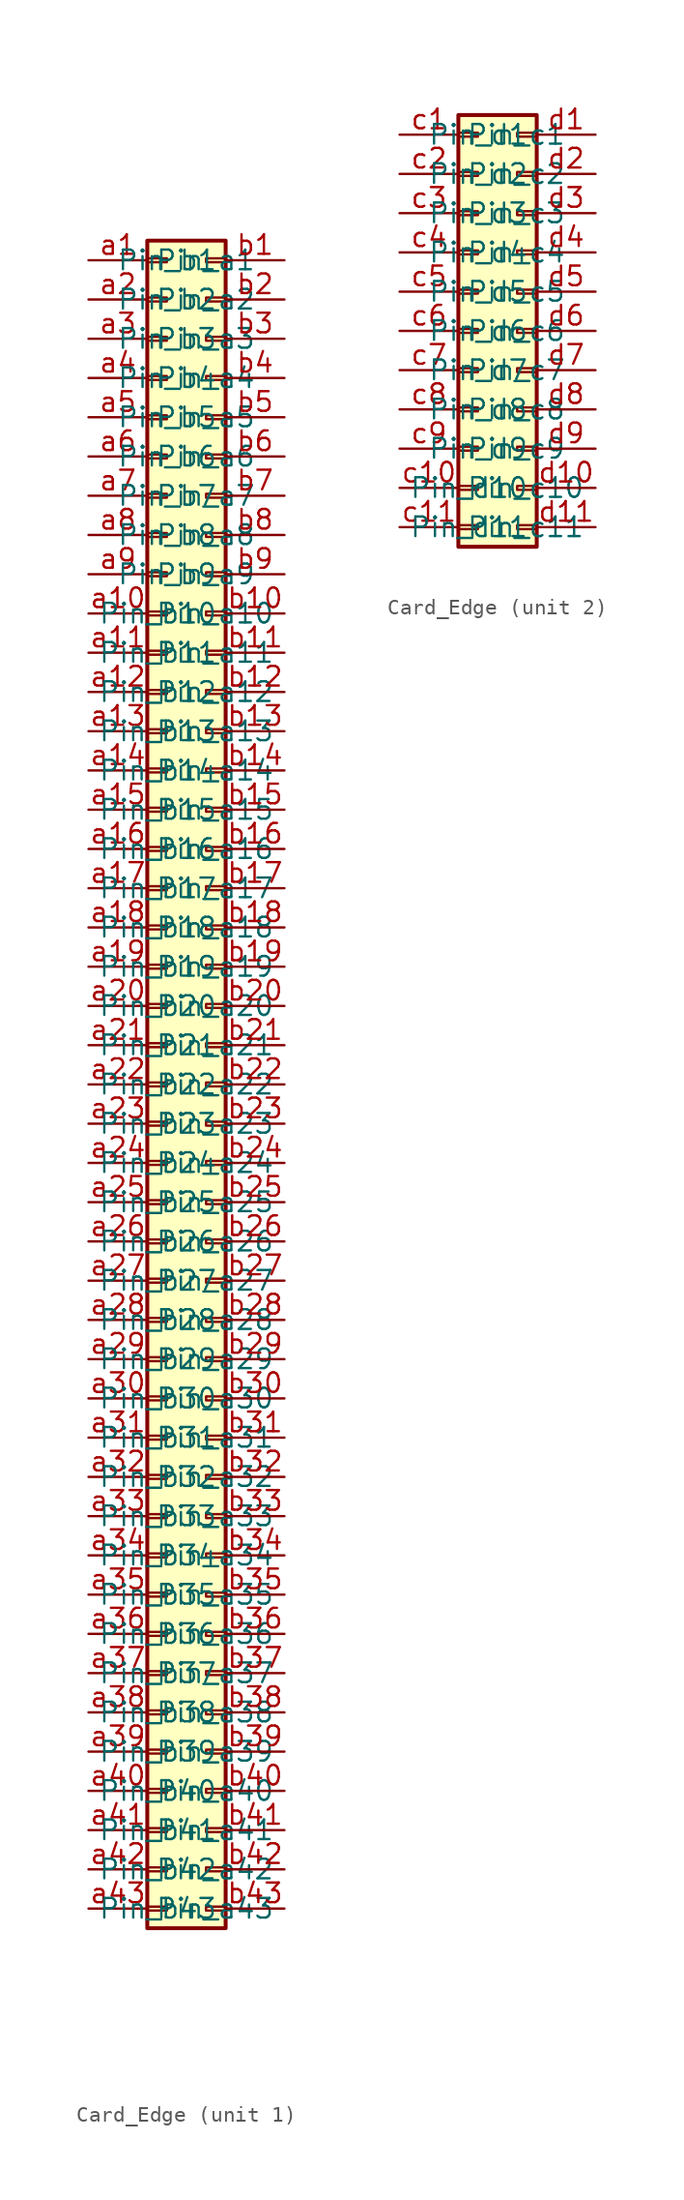
<source format=kicad_sym>
(kicad_symbol_lib
  (version 20241209)
  (generator "kicad_symbol_editor")
  (generator_version "9.0")
  (symbol "Card_Edge"
    (property "Reference" "PL"
      (at 0 0 0)
      (effects (font (size 1.27 1.27)) (hide yes)))
    (property "Value" ""
      (at 0 0 0)
      (effects (font (size 1.27 1.27))))
    (property "ki_locked" ""
      (at 0 0 0)
      (effects (font (size 1.27 1.27))))
    (symbol "Card_Edge_1_1"
      (rectangle (start -2.54 54.61) (end 2.54 -54.61) (stroke (width 0.254) (type default)) (fill (type background)))
      (rectangle (start -2.54 53.467) (end -1.27 53.213) (stroke (width 0.152) (type default)) (fill (type none)))
      (rectangle (start -2.54 50.927) (end -1.27 50.673) (stroke (width 0.152) (type default)) (fill (type none)))
      (rectangle (start -2.54 48.387) (end -1.27 48.133) (stroke (width 0.152) (type default)) (fill (type none)))
      (rectangle (start -2.54 45.847) (end -1.27 45.593) (stroke (width 0.152) (type default)) (fill (type none)))
      (rectangle (start -2.54 43.307) (end -1.27 43.053) (stroke (width 0.152) (type default)) (fill (type none)))
      (rectangle (start -2.54 40.767) (end -1.27 40.513) (stroke (width 0.152) (type default)) (fill (type none)))
      (rectangle (start -2.54 38.227) (end -1.27 37.973) (stroke (width 0.152) (type default)) (fill (type none)))
      (rectangle (start -2.54 35.687) (end -1.27 35.433) (stroke (width 0.152) (type default)) (fill (type none)))
      (rectangle (start -2.54 33.147) (end -1.27 32.893) (stroke (width 0.152) (type default)) (fill (type none)))
      (rectangle (start -2.54 30.607) (end -1.27 30.353) (stroke (width 0.152) (type default)) (fill (type none)))
      (rectangle (start -2.54 28.067) (end -1.27 27.813) (stroke (width 0.152) (type default)) (fill (type none)))
      (rectangle (start -2.54 25.527) (end -1.27 25.273) (stroke (width 0.152) (type default)) (fill (type none)))
      (rectangle (start -2.54 22.987) (end -1.27 22.733) (stroke (width 0.152) (type default)) (fill (type none)))
      (rectangle (start -2.54 20.447) (end -1.27 20.193) (stroke (width 0.152) (type default)) (fill (type none)))
      (rectangle (start -2.54 17.907) (end -1.27 17.653) (stroke (width 0.152) (type default)) (fill (type none)))
      (rectangle (start -2.54 15.367) (end -1.27 15.113) (stroke (width 0.152) (type default)) (fill (type none)))
      (rectangle (start -2.54 12.827) (end -1.27 12.573) (stroke (width 0.152) (type default)) (fill (type none)))
      (rectangle (start -2.54 10.287) (end -1.27 10.033) (stroke (width 0.152) (type default)) (fill (type none)))
      (rectangle (start -2.54 7.747) (end -1.27 7.493) (stroke (width 0.152) (type default)) (fill (type none)))
      (rectangle (start -2.54 5.207) (end -1.27 4.953) (stroke (width 0.152) (type default)) (fill (type none)))
      (rectangle (start -2.54 2.667) (end -1.27 2.413) (stroke (width 0.152) (type default)) (fill (type none)))
      (rectangle (start -2.54 0.127) (end -1.27 -0.127) (stroke (width 0.152) (type default)) (fill (type none)))
      (rectangle (start -2.54 -2.413) (end -1.27 -2.667) (stroke (width 0.152) (type default)) (fill (type none)))
      (rectangle (start -2.54 -4.953) (end -1.27 -5.207) (stroke (width 0.152) (type default)) (fill (type none)))
      (rectangle (start -2.54 -7.493) (end -1.27 -7.747) (stroke (width 0.152) (type default)) (fill (type none)))
      (rectangle (start -2.54 -10.033) (end -1.27 -10.287) (stroke (width 0.152) (type default)) (fill (type none)))
      (rectangle (start -2.54 -12.573) (end -1.27 -12.827) (stroke (width 0.152) (type default)) (fill (type none)))
      (rectangle (start -2.54 -15.113) (end -1.27 -15.367) (stroke (width 0.152) (type default)) (fill (type none)))
      (rectangle (start -2.54 -17.653) (end -1.27 -17.907) (stroke (width 0.152) (type default)) (fill (type none)))
      (rectangle (start -2.54 -20.193) (end -1.27 -20.447) (stroke (width 0.152) (type default)) (fill (type none)))
      (rectangle (start -2.54 -22.733) (end -1.27 -22.987) (stroke (width 0.152) (type default)) (fill (type none)))
      (rectangle (start -2.54 -25.273) (end -1.27 -25.527) (stroke (width 0.152) (type default)) (fill (type none)))
      (rectangle (start -2.54 -27.813) (end -1.27 -28.067) (stroke (width 0.152) (type default)) (fill (type none)))
      (rectangle (start -2.54 -30.353) (end -1.27 -30.607) (stroke (width 0.152) (type default)) (fill (type none)))
      (rectangle (start -2.54 -32.893) (end -1.27 -33.147) (stroke (width 0.152) (type default)) (fill (type none)))
      (rectangle (start -2.54 -35.433) (end -1.27 -35.687) (stroke (width 0.152) (type default)) (fill (type none)))
      (rectangle (start -2.54 -37.973) (end -1.27 -38.227) (stroke (width 0.152) (type default)) (fill (type none)))
      (rectangle (start -2.54 -40.513) (end -1.27 -40.767) (stroke (width 0.152) (type default)) (fill (type none)))
      (rectangle (start -2.54 -43.053) (end -1.27 -43.307) (stroke (width 0.152) (type default)) (fill (type none)))
      (rectangle (start -2.54 -45.593) (end -1.27 -45.847) (stroke (width 0.152) (type default)) (fill (type none)))
      (rectangle (start -2.54 -48.133) (end -1.27 -48.387) (stroke (width 0.152) (type default)) (fill (type none)))
      (rectangle (start -2.54 -50.673) (end -1.27 -50.927) (stroke (width 0.152) (type default)) (fill (type none)))
      (rectangle (start -2.54 -53.213) (end -1.27 -53.467) (stroke (width 0.152) (type default)) (fill (type none)))
      (rectangle (start 2.54 53.467) (end 1.27 53.213) (stroke (width 0.152) (type default)) (fill (type none)))
      (rectangle (start 2.54 50.927) (end 1.27 50.673) (stroke (width 0.152) (type default)) (fill (type none)))
      (rectangle (start 2.54 48.387) (end 1.27 48.133) (stroke (width 0.152) (type default)) (fill (type none)))
      (rectangle (start 2.54 45.847) (end 1.27 45.593) (stroke (width 0.152) (type default)) (fill (type none)))
      (rectangle (start 2.54 43.307) (end 1.27 43.053) (stroke (width 0.152) (type default)) (fill (type none)))
      (rectangle (start 2.54 40.767) (end 1.27 40.513) (stroke (width 0.152) (type default)) (fill (type none)))
      (rectangle (start 2.54 38.227) (end 1.27 37.973) (stroke (width 0.152) (type default)) (fill (type none)))
      (rectangle (start 2.54 35.687) (end 1.27 35.433) (stroke (width 0.152) (type default)) (fill (type none)))
      (rectangle (start 2.54 33.147) (end 1.27 32.893) (stroke (width 0.152) (type default)) (fill (type none)))
      (rectangle (start 2.54 30.607) (end 1.27 30.353) (stroke (width 0.152) (type default)) (fill (type none)))
      (rectangle (start 2.54 28.067) (end 1.27 27.813) (stroke (width 0.152) (type default)) (fill (type none)))
      (rectangle (start 2.54 25.527) (end 1.27 25.273) (stroke (width 0.152) (type default)) (fill (type none)))
      (rectangle (start 2.54 22.987) (end 1.27 22.733) (stroke (width 0.152) (type default)) (fill (type none)))
      (rectangle (start 2.54 20.447) (end 1.27 20.193) (stroke (width 0.152) (type default)) (fill (type none)))
      (rectangle (start 2.54 17.907) (end 1.27 17.653) (stroke (width 0.152) (type default)) (fill (type none)))
      (rectangle (start 2.54 15.367) (end 1.27 15.113) (stroke (width 0.152) (type default)) (fill (type none)))
      (rectangle (start 2.54 12.827) (end 1.27 12.573) (stroke (width 0.152) (type default)) (fill (type none)))
      (rectangle (start 2.54 10.287) (end 1.27 10.033) (stroke (width 0.152) (type default)) (fill (type none)))
      (rectangle (start 2.54 7.747) (end 1.27 7.493) (stroke (width 0.152) (type default)) (fill (type none)))
      (rectangle (start 2.54 5.207) (end 1.27 4.953) (stroke (width 0.152) (type default)) (fill (type none)))
      (rectangle (start 2.54 2.667) (end 1.27 2.413) (stroke (width 0.152) (type default)) (fill (type none)))
      (rectangle (start 2.54 0.127) (end 1.27 -0.127) (stroke (width 0.152) (type default)) (fill (type none)))
      (rectangle (start 2.54 -2.413) (end 1.27 -2.667) (stroke (width 0.152) (type default)) (fill (type none)))
      (rectangle (start 2.54 -4.953) (end 1.27 -5.207) (stroke (width 0.152) (type default)) (fill (type none)))
      (rectangle (start 2.54 -7.493) (end 1.27 -7.747) (stroke (width 0.152) (type default)) (fill (type none)))
      (rectangle (start 2.54 -10.033) (end 1.27 -10.287) (stroke (width 0.152) (type default)) (fill (type none)))
      (rectangle (start 2.54 -12.573) (end 1.27 -12.827) (stroke (width 0.152) (type default)) (fill (type none)))
      (rectangle (start 2.54 -15.113) (end 1.27 -15.367) (stroke (width 0.152) (type default)) (fill (type none)))
      (rectangle (start 2.54 -17.653) (end 1.27 -17.907) (stroke (width 0.152) (type default)) (fill (type none)))
      (rectangle (start 2.54 -20.193) (end 1.27 -20.447) (stroke (width 0.152) (type default)) (fill (type none)))
      (rectangle (start 2.54 -22.733) (end 1.27 -22.987) (stroke (width 0.152) (type default)) (fill (type none)))
      (rectangle (start 2.54 -25.273) (end 1.27 -25.527) (stroke (width 0.152) (type default)) (fill (type none)))
      (rectangle (start 2.54 -27.813) (end 1.27 -28.067) (stroke (width 0.152) (type default)) (fill (type none)))
      (rectangle (start 2.54 -30.353) (end 1.27 -30.607) (stroke (width 0.152) (type default)) (fill (type none)))
      (rectangle (start 2.54 -32.893) (end 1.27 -33.147) (stroke (width 0.152) (type default)) (fill (type none)))
      (rectangle (start 2.54 -35.433) (end 1.27 -35.687) (stroke (width 0.152) (type default)) (fill (type none)))
      (rectangle (start 2.54 -37.973) (end 1.27 -38.227) (stroke (width 0.152) (type default)) (fill (type none)))
      (rectangle (start 2.54 -40.513) (end 1.27 -40.767) (stroke (width 0.152) (type default)) (fill (type none)))
      (rectangle (start 2.54 -43.053) (end 1.27 -43.307) (stroke (width 0.152) (type default)) (fill (type none)))
      (rectangle (start 2.54 -45.593) (end 1.27 -45.847) (stroke (width 0.152) (type default)) (fill (type none)))
      (rectangle (start 2.54 -48.133) (end 1.27 -48.387) (stroke (width 0.152) (type default)) (fill (type none)))
      (rectangle (start 2.54 -50.673) (end 1.27 -50.927) (stroke (width 0.152) (type default)) (fill (type none)))
      (rectangle (start 2.54 -53.213) (end 1.27 -53.467) (stroke (width 0.152) (type default)) (fill (type none)))
      (pin passive line (at -6.35 53.34 0) (length 3.81) (name "Pin_a1" (effects (font (size 1.27 1.27)))) (number "a1" (effects (font (size 1.27 1.27)))))
      (pin passive line (at -6.35 50.8 0) (length 3.81) (name "Pin_a2" (effects (font (size 1.27 1.27)))) (number "a2" (effects (font (size 1.27 1.27)))))
      (pin passive line (at -6.35 48.26 0) (length 3.81) (name "Pin_a3" (effects (font (size 1.27 1.27)))) (number "a3" (effects (font (size 1.27 1.27)))))
      (pin passive line (at -6.35 45.72 0) (length 3.81) (name "Pin_a4" (effects (font (size 1.27 1.27)))) (number "a4" (effects (font (size 1.27 1.27)))))
      (pin passive line (at -6.35 43.18 0) (length 3.81) (name "Pin_a5" (effects (font (size 1.27 1.27)))) (number "a5" (effects (font (size 1.27 1.27)))))
      (pin passive line (at -6.35 40.64 0) (length 3.81) (name "Pin_a6" (effects (font (size 1.27 1.27)))) (number "a6" (effects (font (size 1.27 1.27)))))
      (pin passive line (at -6.35 38.1 0) (length 3.81) (name "Pin_a7" (effects (font (size 1.27 1.27)))) (number "a7" (effects (font (size 1.27 1.27)))))
      (pin passive line (at -6.35 35.56 0) (length 3.81) (name "Pin_a8" (effects (font (size 1.27 1.27)))) (number "a8" (effects (font (size 1.27 1.27)))))
      (pin passive line (at -6.35 33.02 0) (length 3.81) (name "Pin_a9" (effects (font (size 1.27 1.27)))) (number "a9" (effects (font (size 1.27 1.27)))))
      (pin passive line (at -6.35 30.48 0) (length 3.81) (name "Pin_a10" (effects (font (size 1.27 1.27)))) (number "a10" (effects (font (size 1.27 1.27)))))
      (pin passive line (at -6.35 27.94 0) (length 3.81) (name "Pin_a11" (effects (font (size 1.27 1.27)))) (number "a11" (effects (font (size 1.27 1.27)))))
      (pin passive line (at -6.35 25.4 0) (length 3.81) (name "Pin_a12" (effects (font (size 1.27 1.27)))) (number "a12" (effects (font (size 1.27 1.27)))))
      (pin passive line (at -6.35 22.86 0) (length 3.81) (name "Pin_a13" (effects (font (size 1.27 1.27)))) (number "a13" (effects (font (size 1.27 1.27)))))
      (pin passive line (at -6.35 20.32 0) (length 3.81) (name "Pin_a14" (effects (font (size 1.27 1.27)))) (number "a14" (effects (font (size 1.27 1.27)))))
      (pin passive line (at -6.35 17.78 0) (length 3.81) (name "Pin_a15" (effects (font (size 1.27 1.27)))) (number "a15" (effects (font (size 1.27 1.27)))))
      (pin passive line (at -6.35 15.24 0) (length 3.81) (name "Pin_a16" (effects (font (size 1.27 1.27)))) (number "a16" (effects (font (size 1.27 1.27)))))
      (pin passive line (at -6.35 12.7 0) (length 3.81) (name "Pin_a17" (effects (font (size 1.27 1.27)))) (number "a17" (effects (font (size 1.27 1.27)))))
      (pin passive line (at -6.35 10.16 0) (length 3.81) (name "Pin_a18" (effects (font (size 1.27 1.27)))) (number "a18" (effects (font (size 1.27 1.27)))))
      (pin passive line (at -6.35 7.62 0) (length 3.81) (name "Pin_a19" (effects (font (size 1.27 1.27)))) (number "a19" (effects (font (size 1.27 1.27)))))
      (pin passive line (at -6.35 5.08 0) (length 3.81) (name "Pin_a20" (effects (font (size 1.27 1.27)))) (number "a20" (effects (font (size 1.27 1.27)))))
      (pin passive line (at -6.35 2.54 0) (length 3.81) (name "Pin_a21" (effects (font (size 1.27 1.27)))) (number "a21" (effects (font (size 1.27 1.27)))))
      (pin passive line (at -6.35 0 0) (length 3.81) (name "Pin_a22" (effects (font (size 1.27 1.27)))) (number "a22" (effects (font (size 1.27 1.27)))))
      (pin passive line (at -6.35 -2.54 0) (length 3.81) (name "Pin_a23" (effects (font (size 1.27 1.27)))) (number "a23" (effects (font (size 1.27 1.27)))))
      (pin passive line (at -6.35 -5.08 0) (length 3.81) (name "Pin_a24" (effects (font (size 1.27 1.27)))) (number "a24" (effects (font (size 1.27 1.27)))))
      (pin passive line (at -6.35 -7.62 0) (length 3.81) (name "Pin_a25" (effects (font (size 1.27 1.27)))) (number "a25" (effects (font (size 1.27 1.27)))))
      (pin passive line (at -6.35 -10.16 0) (length 3.81) (name "Pin_a26" (effects (font (size 1.27 1.27)))) (number "a26" (effects (font (size 1.27 1.27)))))
      (pin passive line (at -6.35 -12.7 0) (length 3.81) (name "Pin_a27" (effects (font (size 1.27 1.27)))) (number "a27" (effects (font (size 1.27 1.27)))))
      (pin passive line (at -6.35 -15.24 0) (length 3.81) (name "Pin_a28" (effects (font (size 1.27 1.27)))) (number "a28" (effects (font (size 1.27 1.27)))))
      (pin passive line (at -6.35 -17.78 0) (length 3.81) (name "Pin_a29" (effects (font (size 1.27 1.27)))) (number "a29" (effects (font (size 1.27 1.27)))))
      (pin passive line (at -6.35 -20.32 0) (length 3.81) (name "Pin_a30" (effects (font (size 1.27 1.27)))) (number "a30" (effects (font (size 1.27 1.27)))))
      (pin passive line (at -6.35 -22.86 0) (length 3.81) (name "Pin_a31" (effects (font (size 1.27 1.27)))) (number "a31" (effects (font (size 1.27 1.27)))))
      (pin passive line (at -6.35 -25.4 0) (length 3.81) (name "Pin_a32" (effects (font (size 1.27 1.27)))) (number "a32" (effects (font (size 1.27 1.27)))))
      (pin passive line (at -6.35 -27.94 0) (length 3.81) (name "Pin_a33" (effects (font (size 1.27 1.27)))) (number "a33" (effects (font (size 1.27 1.27)))))
      (pin passive line (at -6.35 -30.48 0) (length 3.81) (name "Pin_a34" (effects (font (size 1.27 1.27)))) (number "a34" (effects (font (size 1.27 1.27)))))
      (pin passive line (at -6.35 -33.02 0) (length 3.81) (name "Pin_a35" (effects (font (size 1.27 1.27)))) (number "a35" (effects (font (size 1.27 1.27)))))
      (pin passive line (at -6.35 -35.56 0) (length 3.81) (name "Pin_a36" (effects (font (size 1.27 1.27)))) (number "a36" (effects (font (size 1.27 1.27)))))
      (pin passive line (at -6.35 -38.1 0) (length 3.81) (name "Pin_a37" (effects (font (size 1.27 1.27)))) (number "a37" (effects (font (size 1.27 1.27)))))
      (pin passive line (at -6.35 -40.64 0) (length 3.81) (name "Pin_a38" (effects (font (size 1.27 1.27)))) (number "a38" (effects (font (size 1.27 1.27)))))
      (pin passive line (at -6.35 -43.18 0) (length 3.81) (name "Pin_a39" (effects (font (size 1.27 1.27)))) (number "a39" (effects (font (size 1.27 1.27)))))
      (pin passive line (at -6.35 -45.72 0) (length 3.81) (name "Pin_a40" (effects (font (size 1.27 1.27)))) (number "a40" (effects (font (size 1.27 1.27)))))
      (pin passive line (at -6.35 -48.26 0) (length 3.81) (name "Pin_a41" (effects (font (size 1.27 1.27)))) (number "a41" (effects (font (size 1.27 1.27)))))
      (pin passive line (at -6.35 -50.8 0) (length 3.81) (name "Pin_a42" (effects (font (size 1.27 1.27)))) (number "a42" (effects (font (size 1.27 1.27)))))
      (pin passive line (at -6.35 -53.34 0) (length 3.81) (name "Pin_a43" (effects (font (size 1.27 1.27)))) (number "a43" (effects (font (size 1.27 1.27)))))
      (pin power_out line (at 6.35 53.34 180) (length 3.81) (name "Pin_b1" (effects (font (size 1.27 1.27)))) (number "b1" (effects (font (size 1.27 1.27)))))
      (pin passive line (at 6.35 50.8 180) (length 3.81) (name "Pin_b2" (effects (font (size 1.27 1.27)))) (number "b2" (effects (font (size 1.27 1.27)))))
      (pin power_out line (at 6.35 48.26 180) (length 3.81) (name "Pin_b3" (effects (font (size 1.27 1.27)))) (number "b3" (effects (font (size 1.27 1.27)))))
      (pin passive line (at 6.35 45.72 180) (length 3.81) (name "Pin_b4" (effects (font (size 1.27 1.27)))) (number "b4" (effects (font (size 1.27 1.27)))))
      (pin passive line (at 6.35 43.18 180) (length 3.81) (name "Pin_b5" (effects (font (size 1.27 1.27)))) (number "b5" (effects (font (size 1.27 1.27)))))
      (pin passive line (at 6.35 40.64 180) (length 3.81) (name "Pin_b6" (effects (font (size 1.27 1.27)))) (number "b6" (effects (font (size 1.27 1.27)))))
      (pin passive line (at 6.35 38.1 180) (length 3.81) (name "Pin_b7" (effects (font (size 1.27 1.27)))) (number "b7" (effects (font (size 1.27 1.27)))))
      (pin power_out line (at 6.35 35.56 180) (length 3.81) (name "Pin_b8" (effects (font (size 1.27 1.27)))) (number "b8" (effects (font (size 1.27 1.27)))))
      (pin passive line (at 6.35 33.02 180) (length 3.81) (name "Pin_b9" (effects (font (size 1.27 1.27)))) (number "b9" (effects (font (size 1.27 1.27)))))
      (pin passive line (at 6.35 30.48 180) (length 3.81) (name "Pin_b10" (effects (font (size 1.27 1.27)))) (number "b10" (effects (font (size 1.27 1.27)))))
      (pin passive line (at 6.35 27.94 180) (length 3.81) (name "Pin_b11" (effects (font (size 1.27 1.27)))) (number "b11" (effects (font (size 1.27 1.27)))))
      (pin passive line (at 6.35 25.4 180) (length 3.81) (name "Pin_b12" (effects (font (size 1.27 1.27)))) (number "b12" (effects (font (size 1.27 1.27)))))
      (pin passive line (at 6.35 22.86 180) (length 3.81) (name "Pin_b13" (effects (font (size 1.27 1.27)))) (number "b13" (effects (font (size 1.27 1.27)))))
      (pin passive line (at 6.35 20.32 180) (length 3.81) (name "Pin_b14" (effects (font (size 1.27 1.27)))) (number "b14" (effects (font (size 1.27 1.27)))))
      (pin passive line (at 6.35 17.78 180) (length 3.81) (name "Pin_b15" (effects (font (size 1.27 1.27)))) (number "b15" (effects (font (size 1.27 1.27)))))
      (pin power_out line (at 6.35 15.24 180) (length 3.81) (name "Pin_b16" (effects (font (size 1.27 1.27)))) (number "b16" (effects (font (size 1.27 1.27)))))
      (pin passive line (at 6.35 12.7 180) (length 3.81) (name "Pin_b17" (effects (font (size 1.27 1.27)))) (number "b17" (effects (font (size 1.27 1.27)))))
      (pin passive line (at 6.35 10.16 180) (length 3.81) (name "Pin_b18" (effects (font (size 1.27 1.27)))) (number "b18" (effects (font (size 1.27 1.27)))))
      (pin passive line (at 6.35 7.62 180) (length 3.81) (name "Pin_b19" (effects (font (size 1.27 1.27)))) (number "b19" (effects (font (size 1.27 1.27)))))
      (pin passive line (at 6.35 5.08 180) (length 3.81) (name "Pin_b20" (effects (font (size 1.27 1.27)))) (number "b20" (effects (font (size 1.27 1.27)))))
      (pin passive line (at 6.35 2.54 180) (length 3.81) (name "Pin_b21" (effects (font (size 1.27 1.27)))) (number "b21" (effects (font (size 1.27 1.27)))))
      (pin passive line (at 6.35 0 180) (length 3.81) (name "Pin_b22" (effects (font (size 1.27 1.27)))) (number "b22" (effects (font (size 1.27 1.27)))))
      (pin passive line (at 6.35 -2.54 180) (length 3.81) (name "Pin_b23" (effects (font (size 1.27 1.27)))) (number "b23" (effects (font (size 1.27 1.27)))))
      (pin passive line (at 6.35 -5.08 180) (length 3.81) (name "Pin_b24" (effects (font (size 1.27 1.27)))) (number "b24" (effects (font (size 1.27 1.27)))))
      (pin passive line (at 6.35 -7.62 180) (length 3.81) (name "Pin_b25" (effects (font (size 1.27 1.27)))) (number "b25" (effects (font (size 1.27 1.27)))))
      (pin passive line (at 6.35 -10.16 180) (length 3.81) (name "Pin_b26" (effects (font (size 1.27 1.27)))) (number "b26" (effects (font (size 1.27 1.27)))))
      (pin passive line (at 6.35 -12.7 180) (length 3.81) (name "Pin_b27" (effects (font (size 1.27 1.27)))) (number "b27" (effects (font (size 1.27 1.27)))))
      (pin passive line (at 6.35 -15.24 180) (length 3.81) (name "Pin_b28" (effects (font (size 1.27 1.27)))) (number "b28" (effects (font (size 1.27 1.27)))))
      (pin passive line (at 6.35 -17.78 180) (length 3.81) (name "Pin_b29" (effects (font (size 1.27 1.27)))) (number "b29" (effects (font (size 1.27 1.27)))))
      (pin passive line (at 6.35 -20.32 180) (length 3.81) (name "Pin_b30" (effects (font (size 1.27 1.27)))) (number "b30" (effects (font (size 1.27 1.27)))))
      (pin passive line (at 6.35 -22.86 180) (length 3.81) (name "Pin_b31" (effects (font (size 1.27 1.27)))) (number "b31" (effects (font (size 1.27 1.27)))))
      (pin passive line (at 6.35 -25.4 180) (length 3.81) (name "Pin_b32" (effects (font (size 1.27 1.27)))) (number "b32" (effects (font (size 1.27 1.27)))))
      (pin passive line (at 6.35 -27.94 180) (length 3.81) (name "Pin_b33" (effects (font (size 1.27 1.27)))) (number "b33" (effects (font (size 1.27 1.27)))))
      (pin passive line (at 6.35 -30.48 180) (length 3.81) (name "Pin_b34" (effects (font (size 1.27 1.27)))) (number "b34" (effects (font (size 1.27 1.27)))))
      (pin passive line (at 6.35 -33.02 180) (length 3.81) (name "Pin_b35" (effects (font (size 1.27 1.27)))) (number "b35" (effects (font (size 1.27 1.27)))))
      (pin passive line (at 6.35 -35.56 180) (length 3.81) (name "Pin_b36" (effects (font (size 1.27 1.27)))) (number "b36" (effects (font (size 1.27 1.27)))))
      (pin passive line (at 6.35 -38.1 180) (length 3.81) (name "Pin_b37" (effects (font (size 1.27 1.27)))) (number "b37" (effects (font (size 1.27 1.27)))))
      (pin passive line (at 6.35 -40.64 180) (length 3.81) (name "Pin_b38" (effects (font (size 1.27 1.27)))) (number "b38" (effects (font (size 1.27 1.27)))))
      (pin passive line (at 6.35 -43.18 180) (length 3.81) (name "Pin_b39" (effects (font (size 1.27 1.27)))) (number "b39" (effects (font (size 1.27 1.27)))))
      (pin passive line (at 6.35 -45.72 180) (length 3.81) (name "Pin_b40" (effects (font (size 1.27 1.27)))) (number "b40" (effects (font (size 1.27 1.27)))))
      (pin passive line (at 6.35 -48.26 180) (length 3.81) (name "Pin_b41" (effects (font (size 1.27 1.27)))) (number "b41" (effects (font (size 1.27 1.27)))))
      (pin passive line (at 6.35 -50.8 180) (length 3.81) (name "Pin_b42" (effects (font (size 1.27 1.27)))) (number "b42" (effects (font (size 1.27 1.27)))))
      (pin power_out line (at 6.35 -53.34 180) (length 3.81) (name "Pin_b43" (effects (font (size 1.27 1.27)))) (number "b43" (effects (font (size 1.27 1.27))))))
    (symbol "Card_Edge_2_1"
      (rectangle (start -2.54 13.97) (end 2.54 -13.97) (stroke (width 0.254) (type default)) (fill (type background)))
      (rectangle (start -2.54 12.827) (end -1.27 12.573) (stroke (width 0.152) (type default)) (fill (type none)))
      (rectangle (start -2.54 10.287) (end -1.27 10.033) (stroke (width 0.152) (type default)) (fill (type none)))
      (rectangle (start -2.54 7.747) (end -1.27 7.493) (stroke (width 0.152) (type default)) (fill (type none)))
      (rectangle (start -2.54 5.207) (end -1.27 4.953) (stroke (width 0.152) (type default)) (fill (type none)))
      (rectangle (start -2.54 2.667) (end -1.27 2.413) (stroke (width 0.152) (type default)) (fill (type none)))
      (rectangle (start -2.54 0.127) (end -1.27 -0.127) (stroke (width 0.152) (type default)) (fill (type none)))
      (rectangle (start -2.54 -2.413) (end -1.27 -2.667) (stroke (width 0.152) (type default)) (fill (type none)))
      (rectangle (start -2.54 -4.953) (end -1.27 -5.207) (stroke (width 0.152) (type default)) (fill (type none)))
      (rectangle (start -2.54 -7.493) (end -1.27 -7.747) (stroke (width 0.152) (type default)) (fill (type none)))
      (rectangle (start -2.54 -10.033) (end -1.27 -10.287) (stroke (width 0.152) (type default)) (fill (type none)))
      (rectangle (start -2.54 -12.573) (end -1.27 -12.827) (stroke (width 0.152) (type default)) (fill (type none)))
      (rectangle (start 2.54 12.827) (end 1.27 12.573) (stroke (width 0.152) (type default)) (fill (type none)))
      (rectangle (start 2.54 10.287) (end 1.27 10.033) (stroke (width 0.152) (type default)) (fill (type none)))
      (rectangle (start 2.54 7.747) (end 1.27 7.493) (stroke (width 0.152) (type default)) (fill (type none)))
      (rectangle (start 2.54 5.207) (end 1.27 4.953) (stroke (width 0.152) (type default)) (fill (type none)))
      (rectangle (start 2.54 2.667) (end 1.27 2.413) (stroke (width 0.152) (type default)) (fill (type none)))
      (rectangle (start 2.54 0.127) (end 1.27 -0.127) (stroke (width 0.152) (type default)) (fill (type none)))
      (rectangle (start 2.54 -2.413) (end 1.27 -2.667) (stroke (width 0.152) (type default)) (fill (type none)))
      (rectangle (start 2.54 -4.953) (end 1.27 -5.207) (stroke (width 0.152) (type default)) (fill (type none)))
      (rectangle (start 2.54 -7.493) (end 1.27 -7.747) (stroke (width 0.152) (type default)) (fill (type none)))
      (rectangle (start 2.54 -10.033) (end 1.27 -10.287) (stroke (width 0.152) (type default)) (fill (type none)))
      (rectangle (start 2.54 -12.573) (end 1.27 -12.827) (stroke (width 0.152) (type default)) (fill (type none)))
      (pin passive line (at -6.35 12.7 0) (length 3.81) (name "Pin_c1" (effects (font (size 1.27 1.27)))) (number "c1" (effects (font (size 1.27 1.27)))))
      (pin passive line (at -6.35 10.16 0) (length 3.81) (name "Pin_c2" (effects (font (size 1.27 1.27)))) (number "c2" (effects (font (size 1.27 1.27)))))
      (pin passive line (at -6.35 7.62 0) (length 3.81) (name "Pin_c3" (effects (font (size 1.27 1.27)))) (number "c3" (effects (font (size 1.27 1.27)))))
      (pin passive line (at -6.35 5.08 0) (length 3.81) (name "Pin_c4" (effects (font (size 1.27 1.27)))) (number "c4" (effects (font (size 1.27 1.27)))))
      (pin passive line (at -6.35 2.54 0) (length 3.81) (name "Pin_c5" (effects (font (size 1.27 1.27)))) (number "c5" (effects (font (size 1.27 1.27)))))
      (pin passive line (at -6.35 0 0) (length 3.81) (name "Pin_c6" (effects (font (size 1.27 1.27)))) (number "c6" (effects (font (size 1.27 1.27)))))
      (pin passive line (at -6.35 -2.54 0) (length 3.81) (name "Pin_c7" (effects (font (size 1.27 1.27)))) (number "c7" (effects (font (size 1.27 1.27)))))
      (pin passive line (at -6.35 -5.08 0) (length 3.81) (name "Pin_c8" (effects (font (size 1.27 1.27)))) (number "c8" (effects (font (size 1.27 1.27)))))
      (pin passive line (at -6.35 -7.62 0) (length 3.81) (name "Pin_c9" (effects (font (size 1.27 1.27)))) (number "c9" (effects (font (size 1.27 1.27)))))
      (pin passive line (at -6.35 -10.16 0) (length 3.81) (name "Pin_c10" (effects (font (size 1.27 1.27)))) (number "c10" (effects (font (size 1.27 1.27)))))
      (pin passive line (at -6.35 -12.7 0) (length 3.81) (name "Pin_c11" (effects (font (size 1.27 1.27)))) (number "c11" (effects (font (size 1.27 1.27)))))
      (pin passive line (at 6.35 12.7 180) (length 3.81) (name "Pin_d1" (effects (font (size 1.27 1.27)))) (number "d1" (effects (font (size 1.27 1.27)))))
      (pin passive line (at 6.35 10.16 180) (length 3.81) (name "Pin_d2" (effects (font (size 1.27 1.27)))) (number "d2" (effects (font (size 1.27 1.27)))))
      (pin passive line (at 6.35 7.62 180) (length 3.81) (name "Pin_d3" (effects (font (size 1.27 1.27)))) (number "d3" (effects (font (size 1.27 1.27)))))
      (pin passive line (at 6.35 5.08 180) (length 3.81) (name "Pin_d4" (effects (font (size 1.27 1.27)))) (number "d4" (effects (font (size 1.27 1.27)))))
      (pin passive line (at 6.35 2.54 180) (length 3.81) (name "Pin_d5" (effects (font (size 1.27 1.27)))) (number "d5" (effects (font (size 1.27 1.27)))))
      (pin passive line (at 6.35 0 180) (length 3.81) (name "Pin_d6" (effects (font (size 1.27 1.27)))) (number "d6" (effects (font (size 1.27 1.27)))))
      (pin passive line (at 6.35 -2.54 180) (length 3.81) (name "Pin_d7" (effects (font (size 1.27 1.27)))) (number "d7" (effects (font (size 1.27 1.27)))))
      (pin passive line (at 6.35 -5.08 180) (length 3.81) (name "Pin_d8" (effects (font (size 1.27 1.27)))) (number "d8" (effects (font (size 1.27 1.27)))))
      (pin passive line (at 6.35 -7.62 180) (length 3.81) (name "Pin_d9" (effects (font (size 1.27 1.27)))) (number "d9" (effects (font (size 1.27 1.27)))))
      (pin passive line (at 6.35 -10.16 180) (length 3.81) (name "Pin_d10" (effects (font (size 1.27 1.27)))) (number "d10" (effects (font (size 1.27 1.27)))))
      (pin passive line (at 6.35 -12.7 180) (length 3.81) (name "Pin_d11" (effects (font (size 1.27 1.27)))) (number "d11" (effects (font (size 1.27 1.27))))))))
</source>
